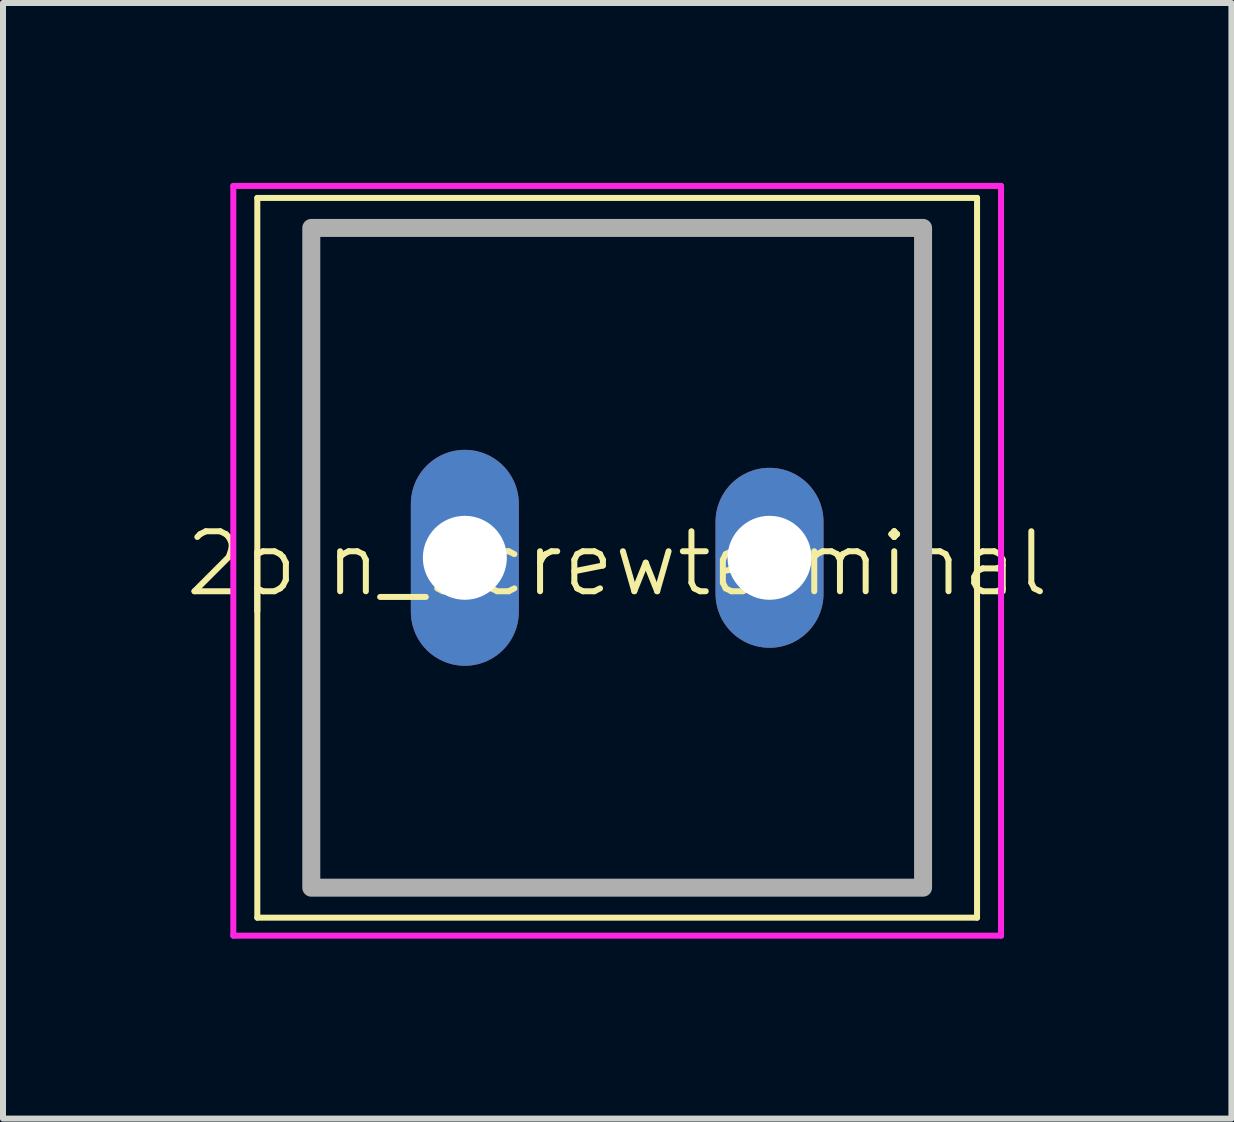
<source format=kicad_pcb>
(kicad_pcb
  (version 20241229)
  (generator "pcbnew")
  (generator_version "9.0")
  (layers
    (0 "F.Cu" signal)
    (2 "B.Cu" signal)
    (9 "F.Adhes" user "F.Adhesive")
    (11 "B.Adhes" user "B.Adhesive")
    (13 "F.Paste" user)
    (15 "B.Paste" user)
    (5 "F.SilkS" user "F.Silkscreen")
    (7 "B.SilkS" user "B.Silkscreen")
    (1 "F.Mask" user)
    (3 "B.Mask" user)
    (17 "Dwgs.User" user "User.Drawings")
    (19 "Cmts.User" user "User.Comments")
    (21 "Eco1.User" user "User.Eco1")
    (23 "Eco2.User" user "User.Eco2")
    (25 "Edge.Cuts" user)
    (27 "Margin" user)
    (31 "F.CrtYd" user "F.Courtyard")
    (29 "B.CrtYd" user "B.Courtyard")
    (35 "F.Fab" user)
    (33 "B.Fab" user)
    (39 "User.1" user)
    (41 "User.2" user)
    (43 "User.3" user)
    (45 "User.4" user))
  (footprint "2pin_screwterminal"
    (layer "F.Cu")
    (at 7.24 6.25)
    (property "Reference" "2pin_screwterminal" (at 0 0.1 0) (unlocked yes) (layer "F.SilkS") (effects (font (size 1 1) (thickness 0.1))))
    (attr through_hole)
    (fp_line (start -6 -6) (end 6 -6) (stroke (width 0.1) (type default)) (layer "F.SilkS"))
    (fp_line (start -6 6) (end -6 -6) (stroke (width 0.1) (type default)) (layer "F.SilkS"))
    (fp_line (start 6 -6) (end 6 6) (stroke (width 0.1) (type default)) (layer "F.SilkS"))
    (fp_line (start 6 6) (end -6 6) (stroke (width 0.1) (type default)) (layer "F.SilkS"))
    (fp_line (start -6.4 -6.2) (end 6.4 -6.2) (stroke (width 0.1) (type default)) (layer "F.CrtYd"))
    (fp_line (start -6.4 6.3) (end -6.4 -6.2) (stroke (width 0.1) (type default)) (layer "F.CrtYd"))
    (fp_line (start 6.4 -6.2) (end 6.4 6.3) (stroke (width 0.1) (type default)) (layer "F.CrtYd"))
    (fp_line (start 6.4 6.3) (end -6.4 6.3) (stroke (width 0.1) (type default)) (layer "F.CrtYd"))
    (fp_rect (start -5.1 -5.5) (end 5.1 5.5) (stroke (width 0.3) (type default)) (fill no) (layer "F.Fab"))
    (pad "1" thru_hole oval (at -2.54 0) (size 1.8 3.6) (drill 1.4) (layers "*.Cu" "*.Mask"))
    (pad "2" thru_hole oval (at 2.54 0) (size 1.8 3) (drill 1.4) (layers "*.Cu" "*.Mask")))
  (gr_rect
    (start -3 -3)
    (end 17.481 15.6)
    (stroke (width 0.1) (type default))
    (fill no)
    (layer "Edge.Cuts")))
</source>
